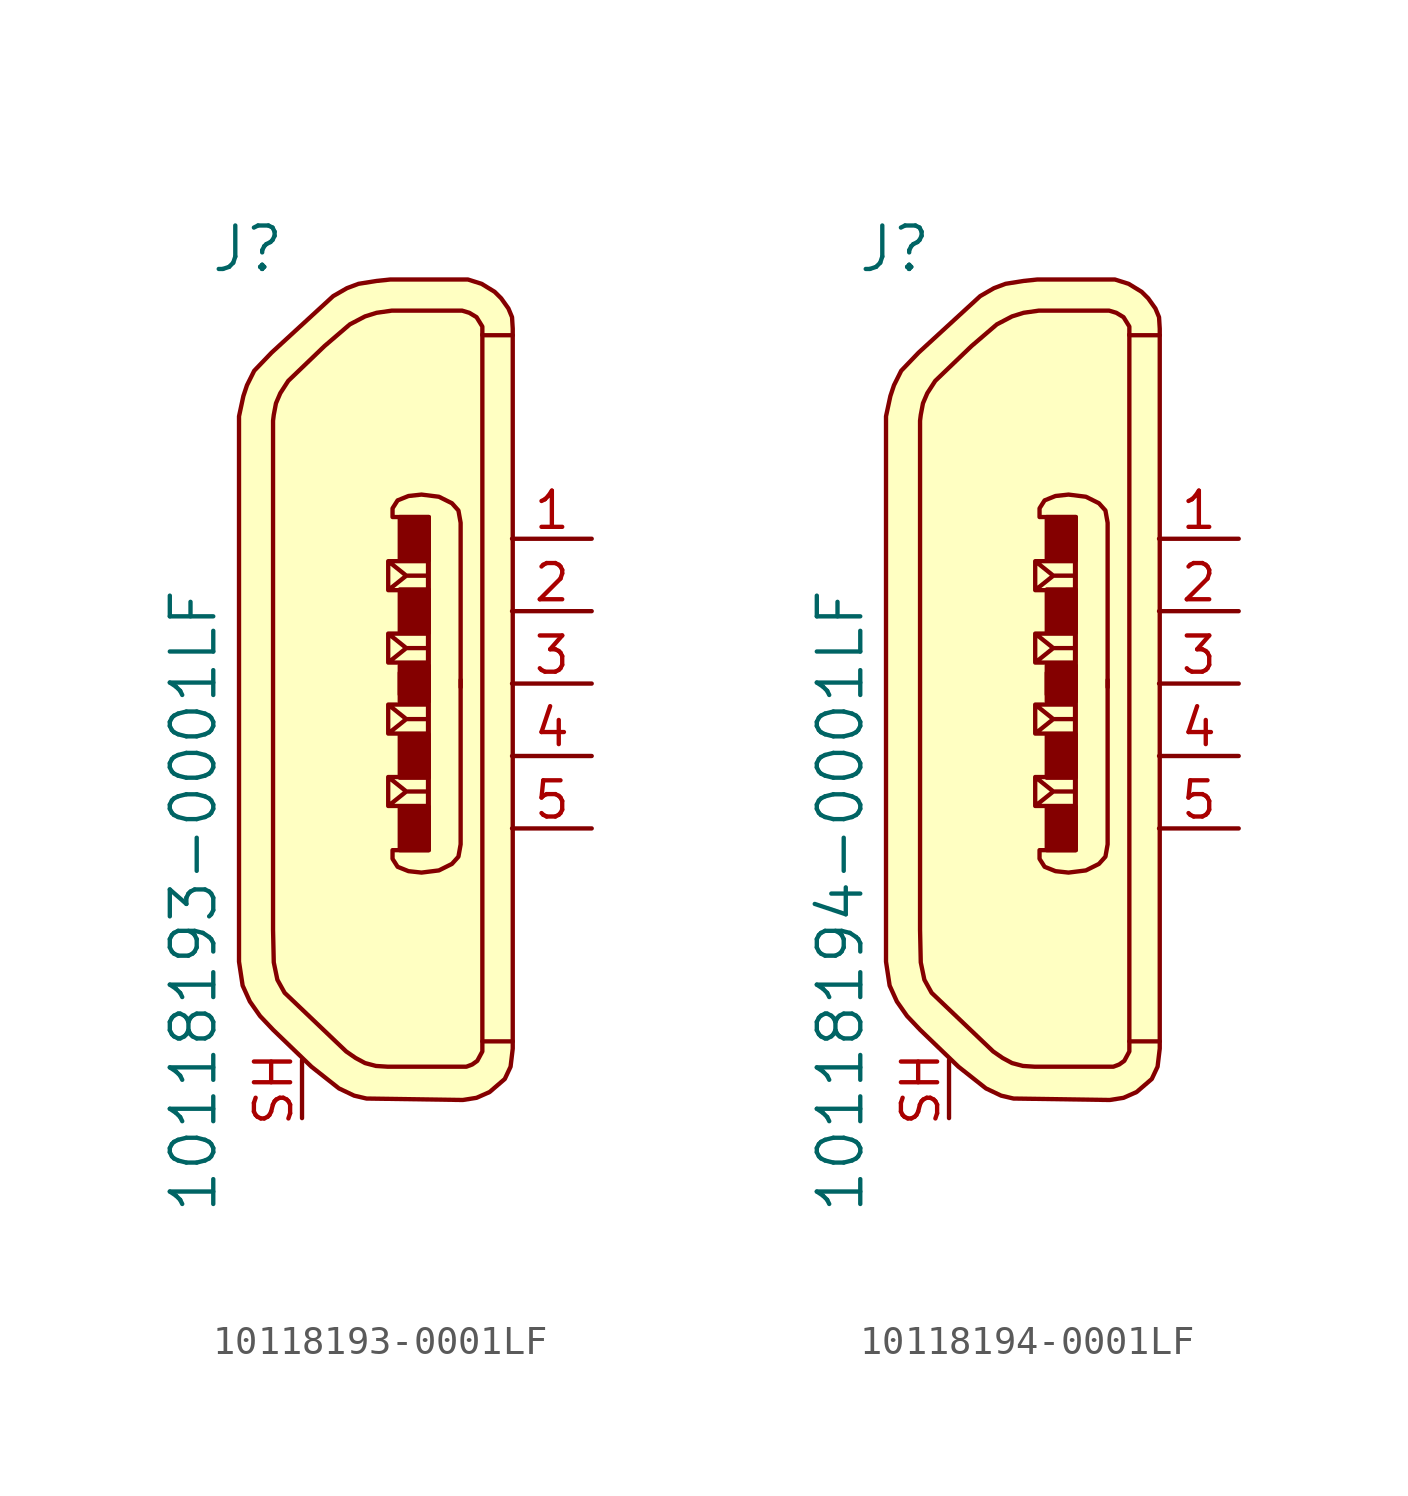
<source format=kicad_sym>
(kicad_symbol_lib
  (version 20220914)
  (generator kicad_symbol_editor)
  (symbol "10118193-0001LF"
    (pin_names
      (offset 1.016))
    (property "Reference" "J"
      (at -4.445 15.24 0)
      (effects (font (size 1.524 1.524))))
    (property "Value" "10118193-0001LF"
      (at -6.35 -7.62 90)
      (effects (font (size 1.524 1.524))))
    (symbol "10118193-0001LF_0_1"
      (polyline (pts (xy 3.785 12.243) (xy 3.785 -12.548)) (stroke (width 0) (type default)) (fill (type none)))
      (polyline (pts (xy 0.483 -4.293) (xy 0.483 -3.277) (xy 1.88 -3.277) (xy 1.88 -4.293) (xy 0.483 -4.293) (xy 1.118 -3.785) (xy 0.483 -3.277) (xy 1.88 -3.277) (xy 1.88 -3.785) (xy 1.118 -3.785)) (stroke (width 0) (type default)) (fill (type none)))
      (polyline (pts (xy 0.483 -1.753) (xy 0.483 -0.737) (xy 1.88 -0.737) (xy 1.88 -1.753) (xy 0.483 -1.753) (xy 1.118 -1.245) (xy 0.483 -0.737) (xy 1.88 -0.737) (xy 1.88 -1.245) (xy 1.118 -1.245)) (stroke (width 0) (type default)) (fill (type none)))
      (polyline (pts (xy 0.483 1.753) (xy 0.483 0.737) (xy 1.88 0.737) (xy 1.88 1.753) (xy 0.483 1.753) (xy 1.118 1.245) (xy 0.483 0.737) (xy 1.88 0.737) (xy 1.88 1.245) (xy 1.118 1.245)) (stroke (width 0) (type default)) (fill (type none)))
      (polyline (pts (xy 0.483 4.293) (xy 0.483 3.277) (xy 1.88 3.277) (xy 1.88 4.293) (xy 0.483 4.293) (xy 1.118 3.785) (xy 0.483 3.277) (xy 1.88 3.277) (xy 1.88 3.785) (xy 1.118 3.785)) (stroke (width 0) (type default)) (fill (type none)))
      (polyline (pts (xy 1.905 -0.025) (xy 1.905 5.842) (xy 0.635 5.842) (xy 0.635 6.147) (xy 0.813 6.426) (xy 1.194 6.579) (xy 1.651 6.629) (xy 2.261 6.553) (xy 2.718 6.325) (xy 2.946 6.071) (xy 3.023 5.639) (xy 3.023 4.801) (xy 3.023 -0.127)) (stroke (width 0) (type default)) (fill (type none)))
      (polyline (pts (xy 1.905 0.025) (xy 1.905 -5.842) (xy 0.635 -5.842) (xy 0.635 -6.147) (xy 0.813 -6.426) (xy 1.194 -6.579) (xy 1.651 -6.629) (xy 2.261 -6.553) (xy 2.718 -6.325) (xy 2.946 -6.071) (xy 3.023 -5.639) (xy 3.023 -4.801) (xy 3.023 0.127)) (stroke (width 0) (type default)) (fill (type none)))
      (polyline (pts (xy 4.851 -12.548) (xy 3.835 -12.548) (xy 3.785 -12.548) (xy 3.785 -12.903) (xy 3.607 -13.233) (xy 3.429 -13.36) (xy 3.226 -13.437) (xy 0.457 -13.437) (xy 0.051 -13.411) (xy -0.33 -13.31) (xy -0.66 -13.132) (xy -0.991 -12.903) (xy -3.15 -10.846) (xy -3.404 -10.389) (xy -3.531 -9.779) (xy -3.556 -8.636) (xy -3.556 9.22) (xy -3.531 9.423) (xy -3.454 9.83) (xy -3.302 10.185) (xy -3.023 10.617) (xy -1.753 11.836) (xy -0.864 12.598) (xy -0.33 12.878) (xy 0.076 13.005) (xy 0.61 13.081) (xy 3.073 13.081) (xy 3.327 13.005) (xy 3.581 12.852) (xy 3.785 12.522) (xy 3.785 12.217) (xy 4.851 12.217)) (stroke (width 0) (type default)) (fill (type none)))
      (polyline (pts (xy 4.851 -11.481) (xy 4.851 -12.802) (xy 4.775 -13.437) (xy 4.572 -13.868) (xy 4.039 -14.326) (xy 3.581 -14.529) (xy 3.099 -14.605) (xy -0.279 -14.554) (xy -0.711 -14.453) (xy -1.245 -14.199) (xy -2.21 -13.437) (xy -3.556 -12.141) (xy -4.013 -11.659) (xy -4.369 -11.151) (xy -4.623 -10.592) (xy -4.75 -9.754) (xy -4.75 9.373) (xy -4.597 10.084) (xy -4.47 10.465) (xy -4.216 10.973) (xy -3.607 11.608) (xy -1.448 13.589) (xy -0.965 13.868) (xy -0.559 14.021) (xy 0.076 14.122) (xy 0.559 14.173) (xy 3.277 14.173) (xy 3.759 14.021) (xy 4.216 13.741) (xy 4.445 13.513) (xy 4.699 13.157) (xy 4.826 12.852) (xy 4.851 12.446) (xy 4.851 -11.506)) (stroke (width 0) (type default)) (fill (type background)))
      (rectangle (start 0.889 -4.318) (end 1.905 -5.842) (stroke (width 0) (type default)) (fill (type outline)))
      (rectangle (start 0.889 -3.302) (end 1.905 -1.778) (stroke (width 0) (type default)) (fill (type outline)))
      (rectangle (start 0.889 -0.635) (end 1.905 0.381) (stroke (width 0) (type default)) (fill (type outline)))
      (rectangle (start 0.889 0.635) (end 1.905 -0.381) (stroke (width 0) (type default)) (fill (type outline)))
      (rectangle (start 0.889 3.302) (end 1.905 1.778) (stroke (width 0) (type default)) (fill (type outline)))
      (rectangle (start 0.889 4.318) (end 1.905 5.842) (stroke (width 0) (type default)) (fill (type outline))))
    (symbol "10118193-0001LF_1_1"
      (pin passive line (at 7.62 5.08 180) (length 2.794) (name "~" (effects (font (size 1.27 1.27)))) (number "1" (effects (font (size 1.27 1.27)))))
      (pin passive line (at 7.62 2.54 180) (length 2.794) (name "~" (effects (font (size 1.27 1.27)))) (number "2" (effects (font (size 1.27 1.27)))))
      (pin passive line (at 7.62 0 180) (length 2.794) (name "~" (effects (font (size 1.27 1.27)))) (number "3" (effects (font (size 1.27 1.27)))))
      (pin passive line (at 7.62 -2.54 180) (length 2.794) (name "~" (effects (font (size 1.27 1.27)))) (number "4" (effects (font (size 1.27 1.27)))))
      (pin passive line (at 7.62 -5.08 180) (length 2.794) (name "~" (effects (font (size 1.27 1.27)))) (number "5" (effects (font (size 1.27 1.27)))))
      (pin passive line (at -2.54 -15.24 90) (length 2.032) (name "~" (effects (font (size 1.27 1.27)))) (number "SH" (effects (font (size 1.27 1.27)))))))
  (symbol "10118194-0001LF"
    (pin_names
      (offset 1.016))
    (property "Reference" "J"
      (at -4.445 15.24 0)
      (effects (font (size 1.524 1.524))))
    (property "Value" "10118194-0001LF"
      (at -6.35 -7.62 90)
      (effects (font (size 1.524 1.524))))
    (symbol "10118194-0001LF_0_1"
      (polyline (pts (xy 3.785 12.243) (xy 3.785 -12.548)) (stroke (width 0) (type default)) (fill (type none)))
      (polyline (pts (xy 0.483 -4.293) (xy 0.483 -3.277) (xy 1.88 -3.277) (xy 1.88 -4.293) (xy 0.483 -4.293) (xy 1.118 -3.785) (xy 0.483 -3.277) (xy 1.88 -3.277) (xy 1.88 -3.785) (xy 1.118 -3.785)) (stroke (width 0) (type default)) (fill (type none)))
      (polyline (pts (xy 0.483 -1.753) (xy 0.483 -0.737) (xy 1.88 -0.737) (xy 1.88 -1.753) (xy 0.483 -1.753) (xy 1.118 -1.245) (xy 0.483 -0.737) (xy 1.88 -0.737) (xy 1.88 -1.245) (xy 1.118 -1.245)) (stroke (width 0) (type default)) (fill (type none)))
      (polyline (pts (xy 0.483 1.753) (xy 0.483 0.737) (xy 1.88 0.737) (xy 1.88 1.753) (xy 0.483 1.753) (xy 1.118 1.245) (xy 0.483 0.737) (xy 1.88 0.737) (xy 1.88 1.245) (xy 1.118 1.245)) (stroke (width 0) (type default)) (fill (type none)))
      (polyline (pts (xy 0.483 4.293) (xy 0.483 3.277) (xy 1.88 3.277) (xy 1.88 4.293) (xy 0.483 4.293) (xy 1.118 3.785) (xy 0.483 3.277) (xy 1.88 3.277) (xy 1.88 3.785) (xy 1.118 3.785)) (stroke (width 0) (type default)) (fill (type none)))
      (polyline (pts (xy 1.905 -0.025) (xy 1.905 5.842) (xy 0.635 5.842) (xy 0.635 6.147) (xy 0.813 6.426) (xy 1.194 6.579) (xy 1.651 6.629) (xy 2.261 6.553) (xy 2.718 6.325) (xy 2.946 6.071) (xy 3.023 5.639) (xy 3.023 4.801) (xy 3.023 -0.127)) (stroke (width 0) (type default)) (fill (type none)))
      (polyline (pts (xy 1.905 0.025) (xy 1.905 -5.842) (xy 0.635 -5.842) (xy 0.635 -6.147) (xy 0.813 -6.426) (xy 1.194 -6.579) (xy 1.651 -6.629) (xy 2.261 -6.553) (xy 2.718 -6.325) (xy 2.946 -6.071) (xy 3.023 -5.639) (xy 3.023 -4.801) (xy 3.023 0.127)) (stroke (width 0) (type default)) (fill (type none)))
      (polyline (pts (xy 4.851 -12.548) (xy 3.835 -12.548) (xy 3.785 -12.548) (xy 3.785 -12.903) (xy 3.607 -13.233) (xy 3.429 -13.36) (xy 3.226 -13.437) (xy 0.457 -13.437) (xy 0.051 -13.411) (xy -0.33 -13.31) (xy -0.66 -13.132) (xy -0.991 -12.903) (xy -3.15 -10.846) (xy -3.404 -10.389) (xy -3.531 -9.779) (xy -3.556 -8.636) (xy -3.556 9.22) (xy -3.531 9.423) (xy -3.454 9.83) (xy -3.302 10.185) (xy -3.023 10.617) (xy -1.753 11.836) (xy -0.864 12.598) (xy -0.33 12.878) (xy 0.076 13.005) (xy 0.61 13.081) (xy 3.073 13.081) (xy 3.327 13.005) (xy 3.581 12.852) (xy 3.785 12.522) (xy 3.785 12.217) (xy 4.851 12.217)) (stroke (width 0) (type default)) (fill (type none)))
      (polyline (pts (xy 4.851 -11.481) (xy 4.851 -12.802) (xy 4.775 -13.437) (xy 4.572 -13.868) (xy 4.039 -14.326) (xy 3.581 -14.529) (xy 3.099 -14.605) (xy -0.279 -14.554) (xy -0.711 -14.453) (xy -1.245 -14.199) (xy -2.21 -13.437) (xy -3.556 -12.141) (xy -4.013 -11.659) (xy -4.369 -11.151) (xy -4.623 -10.592) (xy -4.75 -9.754) (xy -4.75 9.373) (xy -4.597 10.084) (xy -4.47 10.465) (xy -4.216 10.973) (xy -3.607 11.608) (xy -1.448 13.589) (xy -0.965 13.868) (xy -0.559 14.021) (xy 0.076 14.122) (xy 0.559 14.173) (xy 3.277 14.173) (xy 3.759 14.021) (xy 4.216 13.741) (xy 4.445 13.513) (xy 4.699 13.157) (xy 4.826 12.852) (xy 4.851 12.446) (xy 4.851 -11.506)) (stroke (width 0) (type default)) (fill (type background)))
      (rectangle (start 0.889 -4.318) (end 1.905 -5.842) (stroke (width 0) (type default)) (fill (type outline)))
      (rectangle (start 0.889 -3.302) (end 1.905 -1.778) (stroke (width 0) (type default)) (fill (type outline)))
      (rectangle (start 0.889 -0.635) (end 1.905 0.381) (stroke (width 0) (type default)) (fill (type outline)))
      (rectangle (start 0.889 0.635) (end 1.905 -0.381) (stroke (width 0) (type default)) (fill (type outline)))
      (rectangle (start 0.889 3.302) (end 1.905 1.778) (stroke (width 0) (type default)) (fill (type outline)))
      (rectangle (start 0.889 4.318) (end 1.905 5.842) (stroke (width 0) (type default)) (fill (type outline))))
    (symbol "10118194-0001LF_1_1"
      (pin passive line (at 7.62 5.08 180) (length 2.794) (name "~" (effects (font (size 1.27 1.27)))) (number "1" (effects (font (size 1.27 1.27)))))
      (pin passive line (at 7.62 2.54 180) (length 2.794) (name "~" (effects (font (size 1.27 1.27)))) (number "2" (effects (font (size 1.27 1.27)))))
      (pin passive line (at 7.62 0 180) (length 2.794) (name "~" (effects (font (size 1.27 1.27)))) (number "3" (effects (font (size 1.27 1.27)))))
      (pin passive line (at 7.62 -2.54 180) (length 2.794) (name "~" (effects (font (size 1.27 1.27)))) (number "4" (effects (font (size 1.27 1.27)))))
      (pin passive line (at 7.62 -5.08 180) (length 2.794) (name "~" (effects (font (size 1.27 1.27)))) (number "5" (effects (font (size 1.27 1.27)))))
      (pin passive line (at -2.54 -15.24 90) (length 2.032) (name "~" (effects (font (size 1.27 1.27)))) (number "SH" (effects (font (size 1.27 1.27))))))))
</source>
